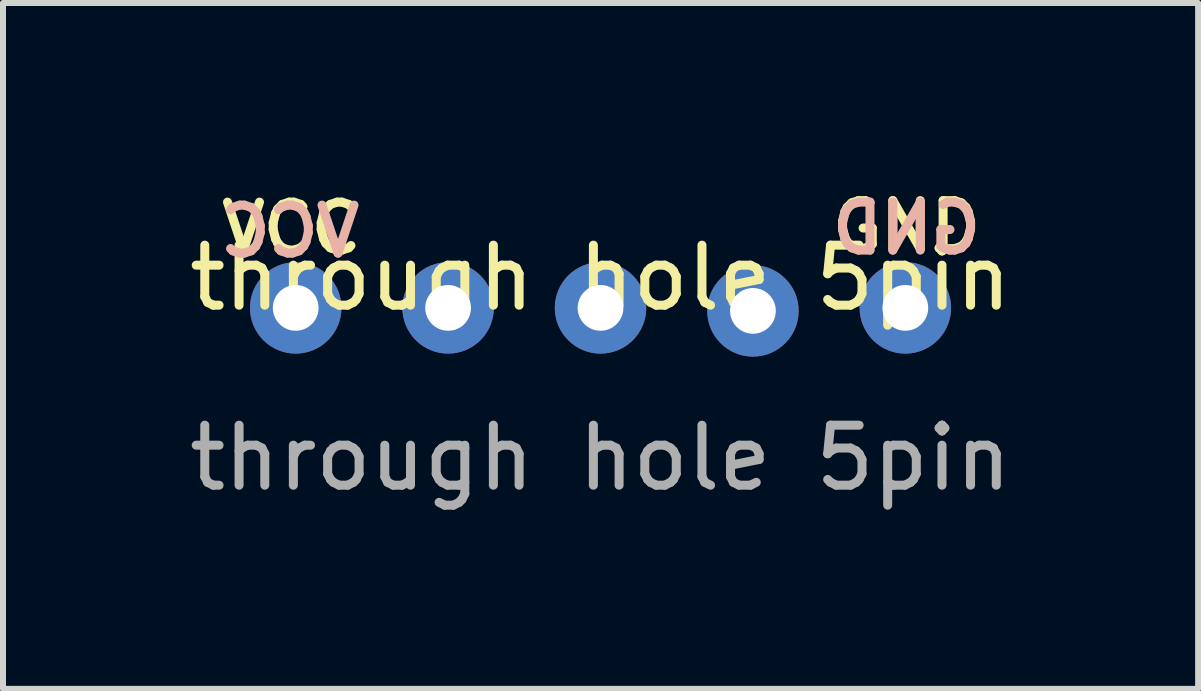
<source format=kicad_pcb>
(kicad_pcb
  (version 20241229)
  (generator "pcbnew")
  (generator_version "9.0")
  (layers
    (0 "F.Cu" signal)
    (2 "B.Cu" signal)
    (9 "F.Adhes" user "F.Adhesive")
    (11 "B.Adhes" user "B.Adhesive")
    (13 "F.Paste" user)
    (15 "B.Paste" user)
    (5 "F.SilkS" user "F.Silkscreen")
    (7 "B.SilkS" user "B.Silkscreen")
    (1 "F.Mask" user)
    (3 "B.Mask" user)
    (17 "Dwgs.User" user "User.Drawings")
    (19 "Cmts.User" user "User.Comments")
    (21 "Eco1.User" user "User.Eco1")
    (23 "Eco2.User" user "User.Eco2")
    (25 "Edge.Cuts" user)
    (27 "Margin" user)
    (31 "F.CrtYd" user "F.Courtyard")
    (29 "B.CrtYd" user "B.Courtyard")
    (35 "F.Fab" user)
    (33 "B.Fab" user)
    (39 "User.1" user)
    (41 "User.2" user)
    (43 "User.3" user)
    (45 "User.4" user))
  (footprint "through hole 5pin"
    (layer "F.Cu")
    (at 6.958 2.081)
    (property "Reference" "through hole 5pin" (at 0 -0.5 0) (unlocked yes) (layer "F.SilkS") (effects (font (size 1 1) (thickness 0.15))))
    (attr through_hole)
    (fp_text user "VCC" (at -5.15 -1.325 0) (unlocked yes) (layer "F.SilkS") (effects (font (size 0.8 0.8) (thickness 0.15))))
    (fp_text user "GND" (at 5.1 -1.35 0) (unlocked yes) (layer "F.SilkS") (effects (font (size 0.8 0.8) (thickness 0.15))))
    (fp_text user "GND" (at 5.1 -1.325 0) (unlocked yes) (layer "B.SilkS") (effects (font (size 0.8 0.8) (thickness 0.15)) (justify mirror)))
    (fp_text user "VCC" (at -5.175 -1.275 0) (unlocked yes) (layer "B.SilkS") (effects (font (size 0.8 0.8) (thickness 0.15)) (justify mirror)))
    (fp_text user "${REFERENCE}" (at 0 2.5 0) (unlocked yes) (layer "F.Fab") (effects (font (size 1 1) (thickness 0.15))))
    (pad "1" thru_hole circle (at -5.08 0) (size 1.524 1.524) (drill 0.762) (layers "*.Cu" "*.Mask"))
    (pad "2" thru_hole circle (at -2.54 0) (size 1.524 1.524) (drill 0.762) (layers "*.Cu" "*.Mask"))
    (pad "3" thru_hole circle (at 0 0) (size 1.524 1.524) (drill 0.762) (layers "*.Cu" "*.Mask"))
    (pad "4" thru_hole circle (at 2.54 0.05) (size 1.524 1.524) (drill 0.762) (layers "*.Cu" "*.Mask"))
    (pad "5" thru_hole circle (at 5.08 0) (size 1.524 1.524) (drill 0.762) (layers "*.Cu" "*.Mask")))
  (gr_rect
    (start -3 -3)
    (end 16.917 8.43)
    (stroke (width 0.1) (type default))
    (fill no)
    (layer "Edge.Cuts")))
</source>
